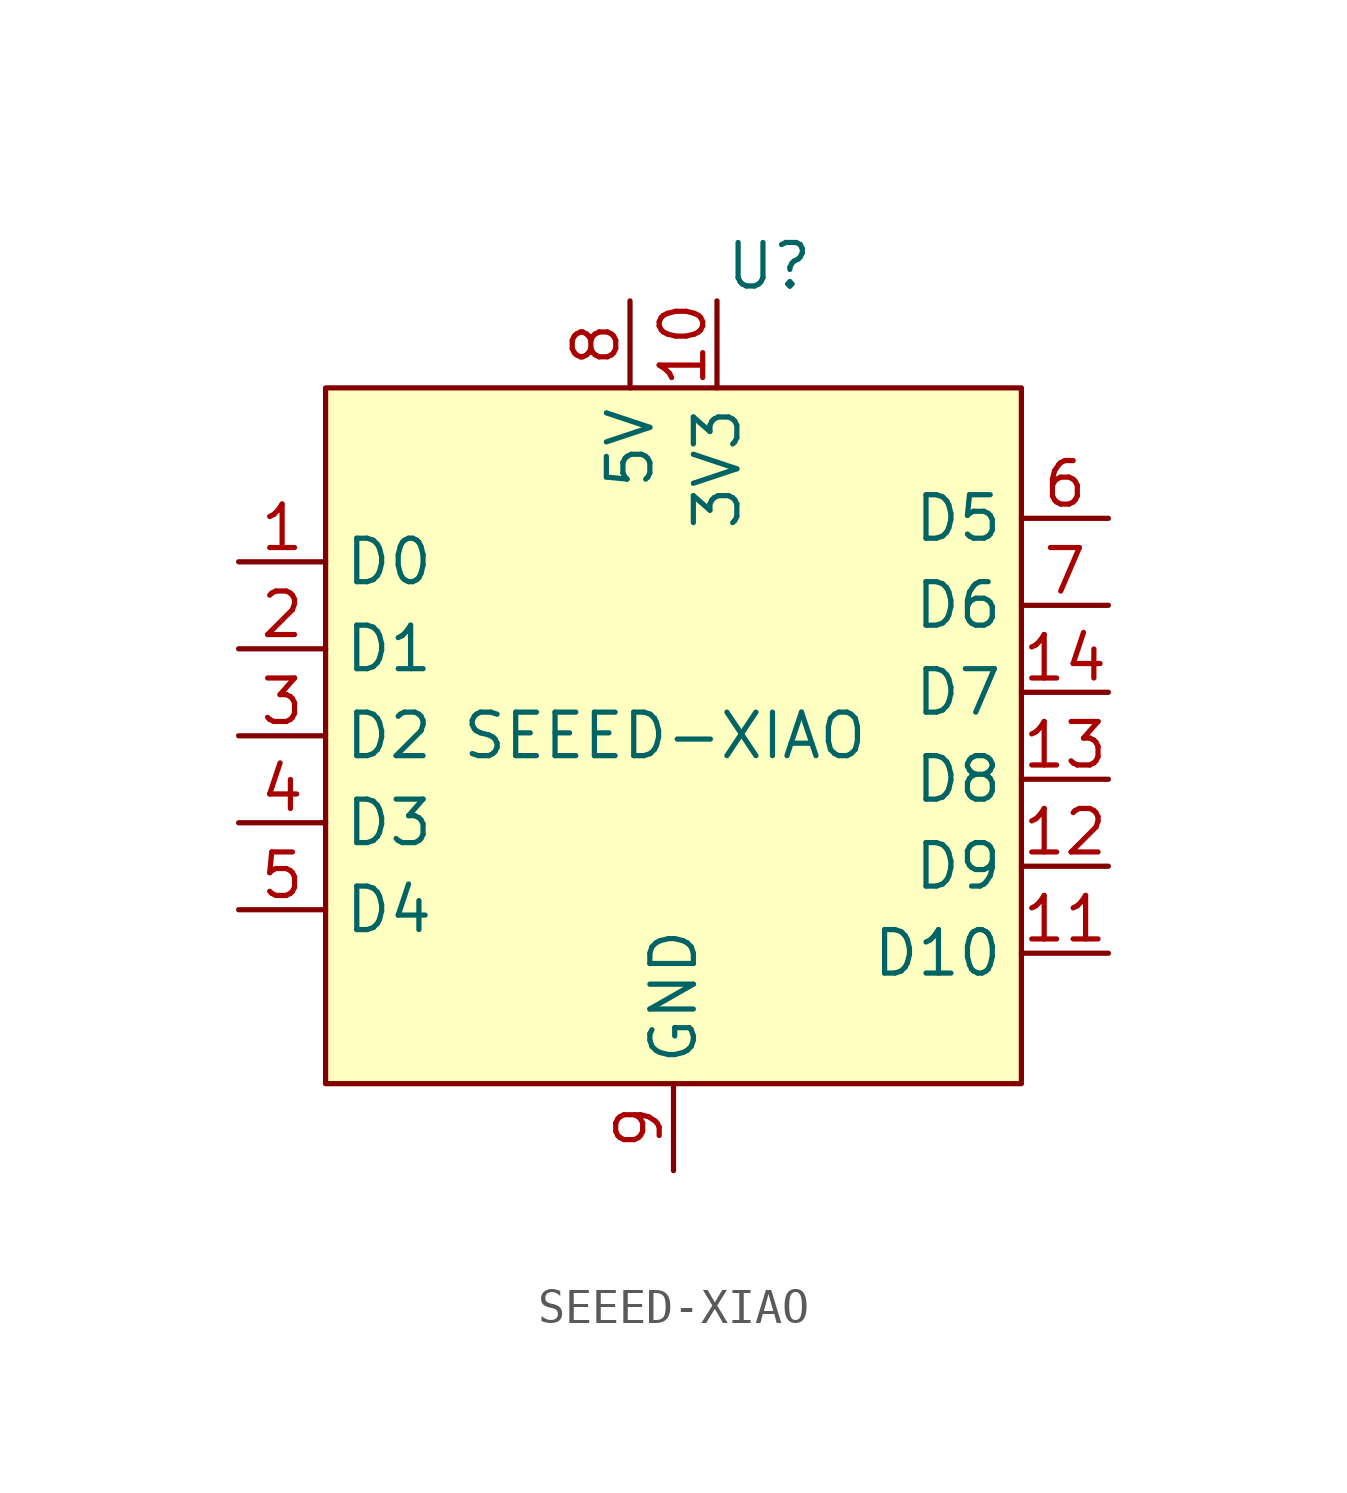
<source format=kicad_sym>
(kicad_symbol_lib
  (version 20231120)
  (generator "kicad_symbol_editor")
  (generator_version "8.0")
  (symbol "SEEED-XIAO"
    (property "Reference" "U"
      (at 2.794 13.716 0)
      (effects (font (size 1.27 1.27))))
    (property "Value" "SEEED-XIAO"
      (at -0.254 0 0)
      (effects (font (size 1.27 1.27))))
    (symbol "SEEED-XIAO_0_1"
      (rectangle (start -10.16 10.16) (end 10.16 -10.16) (stroke (width 0) (type default)) (fill (type background))))
    (symbol "SEEED-XIAO_1_1"
      (pin bidirectional line (at -12.7 5.08 0) (length 2.54) (name "D0" (effects (font (size 1.27 1.27)))) (number "1" (effects (font (size 1.27 1.27)))))
      (pin power_in line (at 1.27 12.7 270) (length 2.54) (name "3V3" (effects (font (size 1.27 1.27)))) (number "10" (effects (font (size 1.27 1.27)))))
      (pin bidirectional line (at 12.7 -6.35 180) (length 2.54) (name "D10" (effects (font (size 1.27 1.27)))) (number "11" (effects (font (size 1.27 1.27)))))
      (pin bidirectional line (at 12.7 -3.81 180) (length 2.54) (name "D9" (effects (font (size 1.27 1.27)))) (number "12" (effects (font (size 1.27 1.27)))))
      (pin bidirectional line (at 12.7 -1.27 180) (length 2.54) (name "D8" (effects (font (size 1.27 1.27)))) (number "13" (effects (font (size 1.27 1.27)))))
      (pin bidirectional line (at 12.7 1.27 180) (length 2.54) (name "D7" (effects (font (size 1.27 1.27)))) (number "14" (effects (font (size 1.27 1.27)))))
      (pin bidirectional line (at -12.7 2.54 0) (length 2.54) (name "D1" (effects (font (size 1.27 1.27)))) (number "2" (effects (font (size 1.27 1.27)))))
      (pin bidirectional line (at -12.7 0 0) (length 2.54) (name "D2" (effects (font (size 1.27 1.27)))) (number "3" (effects (font (size 1.27 1.27)))))
      (pin bidirectional line (at -12.7 -2.54 0) (length 2.54) (name "D3" (effects (font (size 1.27 1.27)))) (number "4" (effects (font (size 1.27 1.27)))))
      (pin bidirectional line (at -12.7 -5.08 0) (length 2.54) (name "D4" (effects (font (size 1.27 1.27)))) (number "5" (effects (font (size 1.27 1.27)))))
      (pin bidirectional line (at 12.7 6.35 180) (length 2.54) (name "D5" (effects (font (size 1.27 1.27)))) (number "6" (effects (font (size 1.27 1.27)))))
      (pin bidirectional line (at 12.7 3.81 180) (length 2.54) (name "D6" (effects (font (size 1.27 1.27)))) (number "7" (effects (font (size 1.27 1.27)))))
      (pin power_in line (at -1.27 12.7 270) (length 2.54) (name "5V" (effects (font (size 1.27 1.27)))) (number "8" (effects (font (size 1.27 1.27)))))
      (pin power_in line (at 0 -12.7 90) (length 2.54) (name "GND" (effects (font (size 1.27 1.27)))) (number "9" (effects (font (size 1.27 1.27))))))))
</source>
